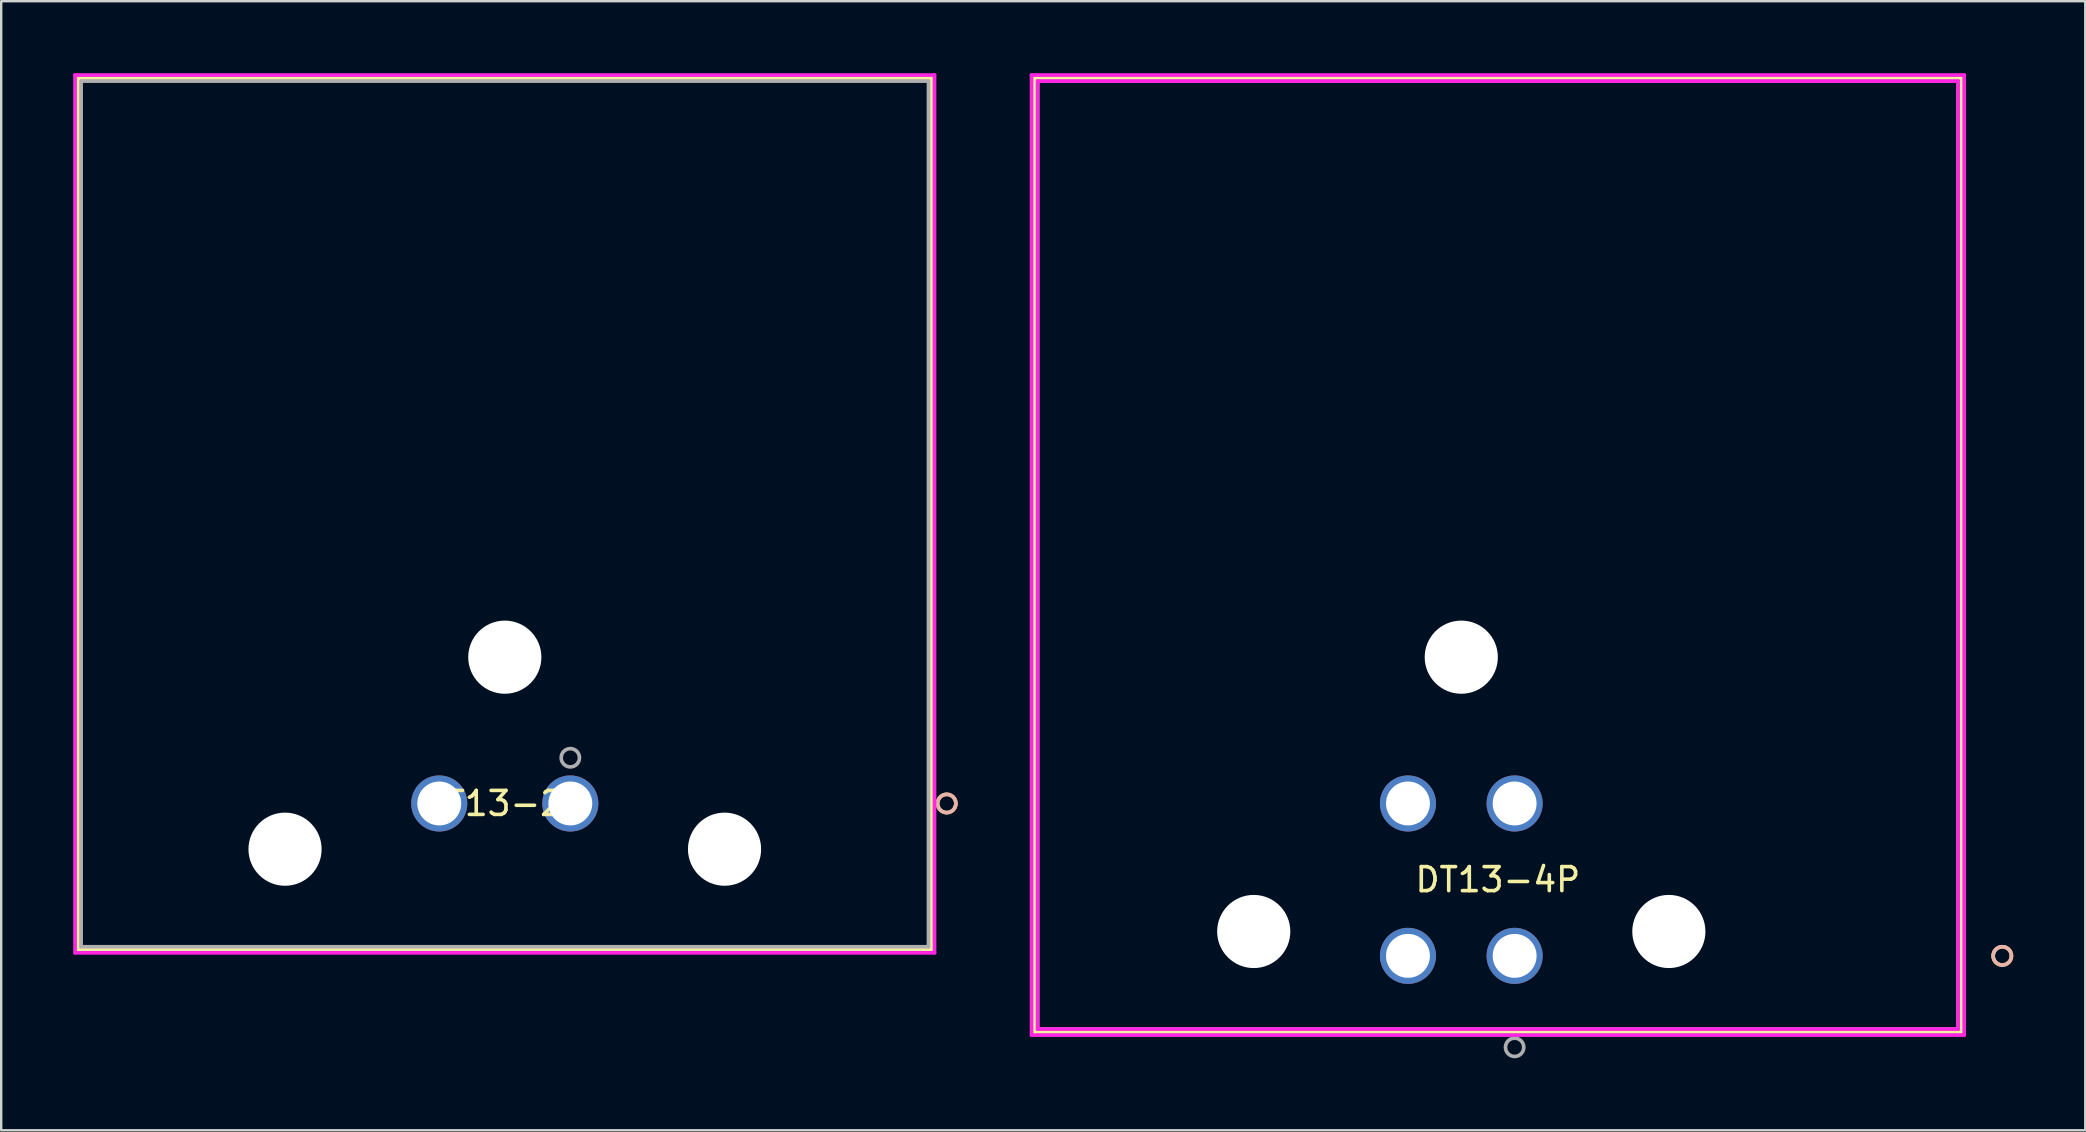
<source format=kicad_pcb>
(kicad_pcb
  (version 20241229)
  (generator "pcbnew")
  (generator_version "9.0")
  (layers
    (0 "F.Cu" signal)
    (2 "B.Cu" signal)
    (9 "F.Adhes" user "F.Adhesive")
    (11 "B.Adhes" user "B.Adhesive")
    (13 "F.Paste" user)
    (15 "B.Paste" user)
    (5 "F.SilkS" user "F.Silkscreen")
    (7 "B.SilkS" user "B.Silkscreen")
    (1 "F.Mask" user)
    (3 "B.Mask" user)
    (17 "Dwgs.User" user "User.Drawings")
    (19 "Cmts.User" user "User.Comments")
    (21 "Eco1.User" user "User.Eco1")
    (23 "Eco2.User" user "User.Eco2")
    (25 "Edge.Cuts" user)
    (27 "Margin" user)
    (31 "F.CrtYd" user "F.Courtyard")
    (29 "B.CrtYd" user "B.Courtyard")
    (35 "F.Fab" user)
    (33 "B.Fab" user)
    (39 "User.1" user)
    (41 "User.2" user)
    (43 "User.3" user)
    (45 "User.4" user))
  (footprint "DT13-2P"
    (layer "F.Cu")
    (at 15.253 30.429)
    (property "Reference" "DT13-2P" (at 2.731 0 0) (layer "F.SilkS") (effects (font (size 1 1) (thickness 0.15))))
    (attr through_hole)
    (fp_line (start -15.05 -30.226) (end -15.05 6.096) (stroke (width 0.152) (type solid)) (layer "F.SilkS"))
    (fp_line (start -15.05 6.096) (end 20.511 6.096) (stroke (width 0.152) (type solid)) (layer "F.SilkS"))
    (fp_line (start 20.511 -30.226) (end -15.05 -30.226) (stroke (width 0.152) (type solid)) (layer "F.SilkS"))
    (fp_line (start 20.511 6.096) (end 20.511 -30.226) (stroke (width 0.152) (type solid)) (layer "F.SilkS"))
    (fp_circle (center 21.145 0) (end 21.526 0) (stroke (width 0.152) (type solid)) (fill no) (layer "F.SilkS"))
    (fp_circle (center 21.145 0) (end 21.526 0) (stroke (width 0.152) (type solid)) (fill no) (layer "B.SilkS"))
    (fp_line (start -15.177 -30.353) (end -15.177 6.223) (stroke (width 0.152) (type solid)) (layer "F.CrtYd"))
    (fp_line (start -15.177 6.223) (end 20.637 6.223) (stroke (width 0.152) (type solid)) (layer "F.CrtYd"))
    (fp_line (start 20.637 -30.353) (end -15.177 -30.353) (stroke (width 0.152) (type solid)) (layer "F.CrtYd"))
    (fp_line (start 20.637 6.223) (end 20.637 -30.353) (stroke (width 0.152) (type solid)) (layer "F.CrtYd"))
    (fp_line (start -14.922 -30.099) (end -14.922 5.969) (stroke (width 0.152) (type solid)) (layer "F.Fab"))
    (fp_line (start -14.922 5.969) (end 20.384 5.969) (stroke (width 0.152) (type solid)) (layer "F.Fab"))
    (fp_line (start 20.384 -30.099) (end -14.922 -30.099) (stroke (width 0.152) (type solid)) (layer "F.Fab"))
    (fp_line (start 20.384 5.969) (end 20.384 -30.099) (stroke (width 0.152) (type solid)) (layer "F.Fab"))
    (fp_circle (center 5.461 -1.905) (end 5.842 -1.905) (stroke (width 0.152) (type solid)) (fill no) (layer "F.Fab"))
    (fp_text user "*" (at 0 0 0) (layer "F.SilkS") (effects (font (size 1 1) (thickness 0.15))))
    (fp_text user "Copyright 2016 Accelerated Designs. All rights reserved." (at 0 0 0) (layer "Cmts.User") (effects (font (size 0.127 0.127) (thickness 0.002))))
    (fp_text user "*" (at 0 0 0) (layer "F.Fab") (effects (font (size 1 1) (thickness 0.15))))
    (pad "" np_thru_hole circle (at -6.426 1.905) (size 3.048 3.048) (drill 3.048) (layers "*.Cu" "*.Mask"))
    (pad "" np_thru_hole circle (at 2.731 -6.096) (size 3.048 3.048) (drill 3.048) (layers "*.Cu" "*.Mask"))
    (pad "" np_thru_hole circle (at 11.887 1.905) (size 3.048 3.048) (drill 3.048) (layers "*.Cu" "*.Mask"))
    (pad "1" thru_hole circle (at 5.461 0) (size 2.337 2.337) (drill 1.829) (layers "*.Cu" "*.Mask"))
    (pad "2" thru_hole circle (at 0 0) (size 2.337 2.337) (drill 1.829) (layers "*.Cu" "*.Mask")))
  (footprint "DT13-4P"
    (layer "F.Cu")
    (at 60.061 36.779)
    (property "Reference" "DT13-4P" (at -0.699 -3.175 0) (layer "F.SilkS") (effects (font (size 1 1) (thickness 0.15))))
    (attr through_hole)
    (fp_line (start -20.003 -36.576) (end -20.003 3.175) (stroke (width 0.152) (type solid)) (layer "F.SilkS"))
    (fp_line (start -20.003 3.175) (end 18.605 3.175) (stroke (width 0.152) (type solid)) (layer "F.SilkS"))
    (fp_line (start 18.605 -36.576) (end -20.003 -36.576) (stroke (width 0.152) (type solid)) (layer "F.SilkS"))
    (fp_line (start 18.605 3.175) (end 18.605 -36.576) (stroke (width 0.152) (type solid)) (layer "F.SilkS"))
    (fp_circle (center 20.32 0) (end 20.701 0) (stroke (width 0.152) (type solid)) (fill no) (layer "F.SilkS"))
    (fp_circle (center 20.32 0) (end 20.701 0) (stroke (width 0.152) (type solid)) (fill no) (layer "B.SilkS"))
    (fp_line (start -20.13 -36.703) (end -20.13 3.302) (stroke (width 0.152) (type solid)) (layer "F.CrtYd"))
    (fp_line (start -20.13 3.302) (end 18.733 3.302) (stroke (width 0.152) (type solid)) (layer "F.CrtYd"))
    (fp_line (start -19.875 -36.449) (end -19.875 3.048) (stroke (width 0.152) (type solid)) (layer "F.CrtYd"))
    (fp_line (start -19.875 3.048) (end 18.479 3.048) (stroke (width 0.152) (type solid)) (layer "F.CrtYd"))
    (fp_line (start 18.479 -36.449) (end -19.875 -36.449) (stroke (width 0.152) (type solid)) (layer "F.CrtYd"))
    (fp_line (start 18.479 3.048) (end 18.479 -36.449) (stroke (width 0.152) (type solid)) (layer "F.CrtYd"))
    (fp_line (start 18.733 -36.703) (end -20.13 -36.703) (stroke (width 0.152) (type solid)) (layer "F.CrtYd"))
    (fp_line (start 18.733 3.302) (end 18.733 -36.703) (stroke (width 0.152) (type solid)) (layer "F.CrtYd"))
    (fp_line (start -19.875 -36.449) (end -19.875 3.048) (stroke (width 0.152) (type solid)) (layer "F.Fab"))
    (fp_line (start -19.875 3.048) (end 18.479 3.048) (stroke (width 0.152) (type solid)) (layer "F.Fab"))
    (fp_line (start 18.479 -36.449) (end -19.875 -36.449) (stroke (width 0.152) (type solid)) (layer "F.Fab"))
    (fp_line (start 18.479 3.048) (end 18.479 -36.449) (stroke (width 0.152) (type solid)) (layer "F.Fab"))
    (fp_circle (center 0 3.81) (end 0.381 3.81) (stroke (width 0.152) (type solid)) (fill no) (layer "F.Fab"))
    (fp_text user "*" (at 0 0 0) (layer "F.SilkS") (effects (font (size 1 1) (thickness 0.15))))
    (fp_text user "Copyright 2016 Accelerated Designs. All rights reserved." (at 0 0 0) (layer "Cmts.User") (effects (font (size 0.127 0.127) (thickness 0.002))))
    (fp_text user "*" (at 0 0 0) (layer "F.Fab") (effects (font (size 1 1) (thickness 0.15))))
    (pad "" np_thru_hole circle (at -10.871 -1.016) (size 3.048 3.048) (drill 3.048) (layers "*.Cu" "*.Mask"))
    (pad "" np_thru_hole circle (at -2.223 -12.446) (size 3.048 3.048) (drill 3.048) (layers "*.Cu" "*.Mask"))
    (pad "" np_thru_hole circle (at 6.426 -1.016) (size 3.048 3.048) (drill 3.048) (layers "*.Cu" "*.Mask"))
    (pad "1" thru_hole circle (at 0 0) (size 2.337 2.337) (drill 1.829) (layers "*.Cu" "*.Mask"))
    (pad "2" thru_hole circle (at -4.445 0) (size 2.337 2.337) (drill 1.829) (layers "*.Cu" "*.Mask"))
    (pad "3" thru_hole circle (at -4.445 -6.35) (size 2.337 2.337) (drill 1.829) (layers "*.Cu" "*.Mask"))
    (pad "4" thru_hole circle (at 0 -6.35) (size 2.337 2.337) (drill 1.829) (layers "*.Cu" "*.Mask")))
  (gr_rect
    (start -3 -3)
    (end 83.838 44.046)
    (stroke (width 0.1) (type default))
    (fill no)
    (layer "Edge.Cuts")))
</source>
